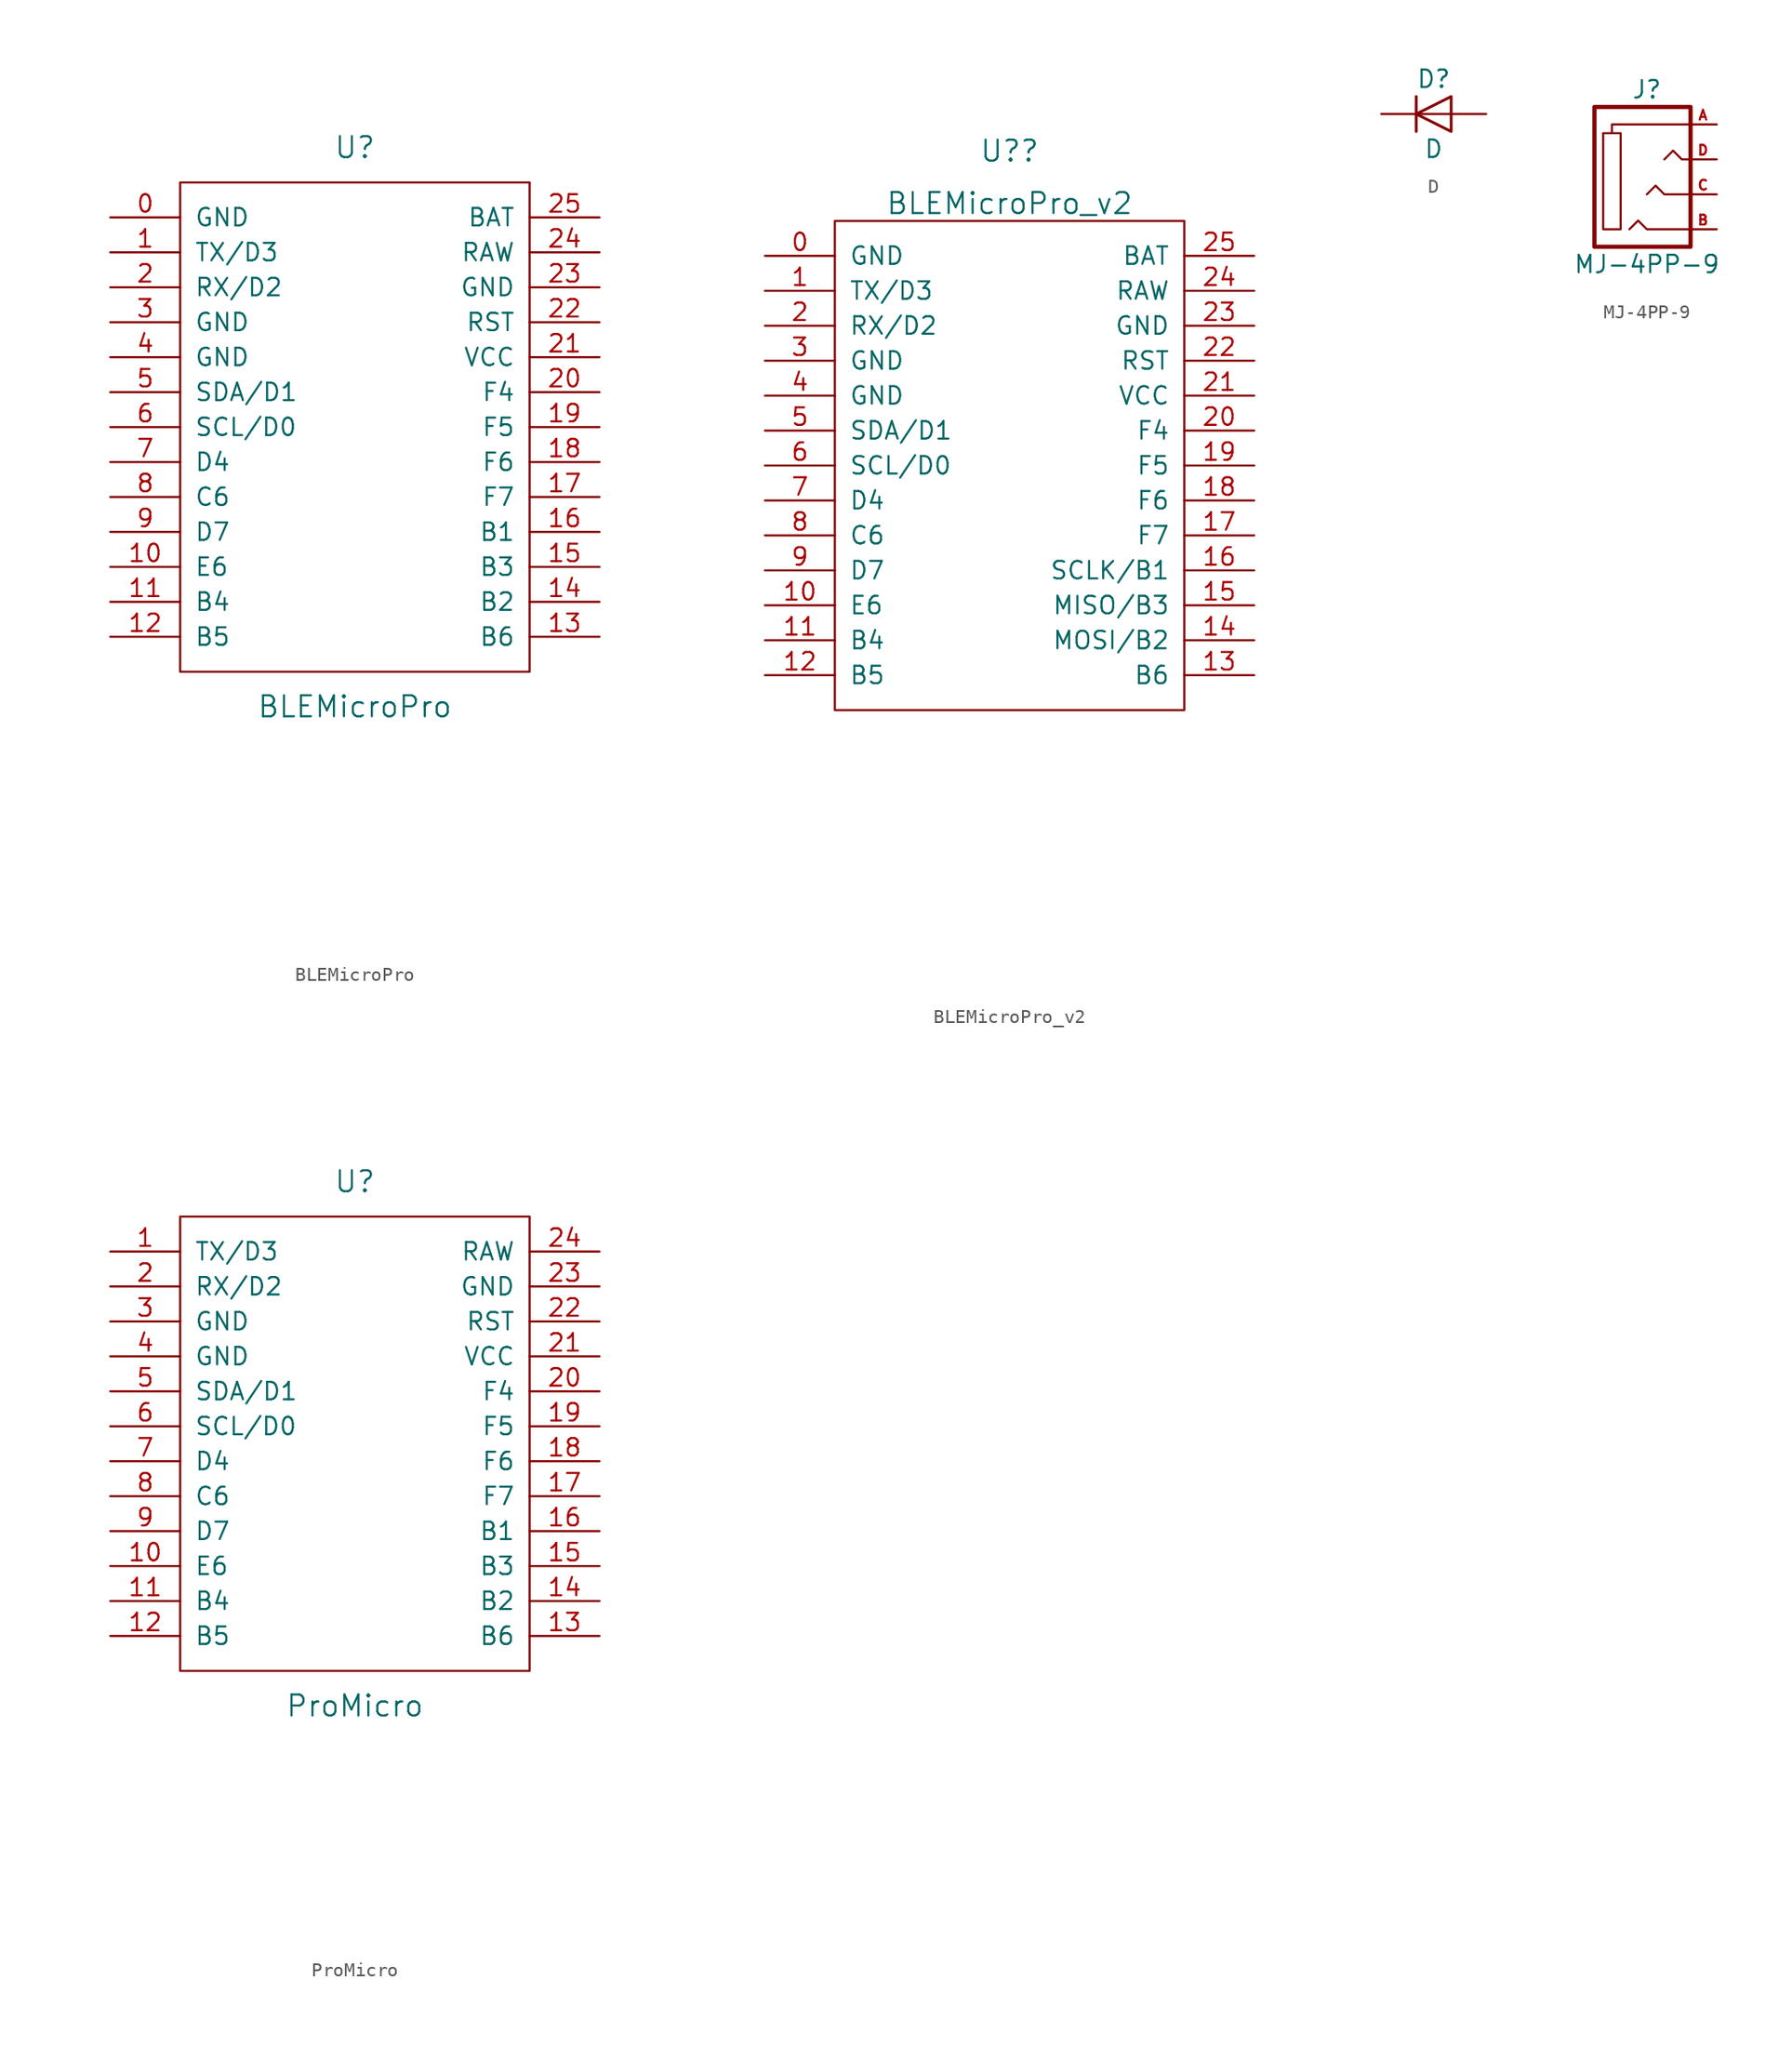
<source format=kicad_sym>
(kicad_symbol_lib
  (version 20201005)
  (generator kicad_symbol_editor)
  (symbol "#library:BLEMicroPro"
    (pin_names
      (offset 1.016))
    (property "Reference" "U"
      (at 0 26.67 0)
      (effects (font (size 1.524 1.524))))
    (property "Value" "BLEMicroPro"
      (at 0 -13.97 0)
      (effects (font (size 1.524 1.524))))
    (property "Footprint" ""
      (at 2.54 -26.67 0)
      (effects (font (size 1.524 1.524))))
    (property "Datasheet" ""
      (at 2.54 -26.67 0)
      (effects (font (size 1.524 1.524))))
    (symbol "BLEMicroPro_0_1"
      (rectangle (start -12.7 24.13) (end 12.7 -11.43) (stroke (width 0)) (fill (type none))))
    (symbol "BLEMicroPro_1_1"
      (pin input line (at -17.78 21.59 0) (length 5.08) (name "GND" (effects (font (size 1.27 1.27)))) (number "0" (effects (font (size 1.27 1.27)))))
      (pin bidirectional line (at -17.78 19.05 0) (length 5.08) (name "TX/D3" (effects (font (size 1.27 1.27)))) (number "1" (effects (font (size 1.27 1.27)))))
      (pin bidirectional line (at -17.78 -3.81 0) (length 5.08) (name "E6" (effects (font (size 1.27 1.27)))) (number "10" (effects (font (size 1.27 1.27)))))
      (pin bidirectional line (at -17.78 -6.35 0) (length 5.08) (name "B4" (effects (font (size 1.27 1.27)))) (number "11" (effects (font (size 1.27 1.27)))))
      (pin bidirectional line (at -17.78 -8.89 0) (length 5.08) (name "B5" (effects (font (size 1.27 1.27)))) (number "12" (effects (font (size 1.27 1.27)))))
      (pin bidirectional line (at 17.78 -8.89 180) (length 5.08) (name "B6" (effects (font (size 1.27 1.27)))) (number "13" (effects (font (size 1.27 1.27)))))
      (pin bidirectional line (at 17.78 -6.35 180) (length 5.08) (name "B2" (effects (font (size 1.27 1.27)))) (number "14" (effects (font (size 1.27 1.27)))))
      (pin bidirectional line (at 17.78 -3.81 180) (length 5.08) (name "B3" (effects (font (size 1.27 1.27)))) (number "15" (effects (font (size 1.27 1.27)))))
      (pin bidirectional line (at 17.78 -1.27 180) (length 5.08) (name "B1" (effects (font (size 1.27 1.27)))) (number "16" (effects (font (size 1.27 1.27)))))
      (pin bidirectional line (at 17.78 1.27 180) (length 5.08) (name "F7" (effects (font (size 1.27 1.27)))) (number "17" (effects (font (size 1.27 1.27)))))
      (pin bidirectional line (at 17.78 3.81 180) (length 5.08) (name "F6" (effects (font (size 1.27 1.27)))) (number "18" (effects (font (size 1.27 1.27)))))
      (pin bidirectional line (at 17.78 6.35 180) (length 5.08) (name "F5" (effects (font (size 1.27 1.27)))) (number "19" (effects (font (size 1.27 1.27)))))
      (pin bidirectional line (at -17.78 16.51 0) (length 5.08) (name "RX/D2" (effects (font (size 1.27 1.27)))) (number "2" (effects (font (size 1.27 1.27)))))
      (pin bidirectional line (at 17.78 8.89 180) (length 5.08) (name "F4" (effects (font (size 1.27 1.27)))) (number "20" (effects (font (size 1.27 1.27)))))
      (pin power_in line (at 17.78 11.43 180) (length 5.08) (name "VCC" (effects (font (size 1.27 1.27)))) (number "21" (effects (font (size 1.27 1.27)))))
      (pin input line (at 17.78 13.97 180) (length 5.08) (name "RST" (effects (font (size 1.27 1.27)))) (number "22" (effects (font (size 1.27 1.27)))))
      (pin power_in line (at 17.78 16.51 180) (length 5.08) (name "GND" (effects (font (size 1.27 1.27)))) (number "23" (effects (font (size 1.27 1.27)))))
      (pin power_out line (at 17.78 19.05 180) (length 5.08) (name "RAW" (effects (font (size 1.27 1.27)))) (number "24" (effects (font (size 1.27 1.27)))))
      (pin input line (at 17.78 21.59 180) (length 5.08) (name "BAT" (effects (font (size 1.27 1.27)))) (number "25" (effects (font (size 1.27 1.27)))))
      (pin power_in line (at -17.78 13.97 0) (length 5.08) (name "GND" (effects (font (size 1.27 1.27)))) (number "3" (effects (font (size 1.27 1.27)))))
      (pin power_in line (at -17.78 11.43 0) (length 5.08) (name "GND" (effects (font (size 1.27 1.27)))) (number "4" (effects (font (size 1.27 1.27)))))
      (pin bidirectional line (at -17.78 8.89 0) (length 5.08) (name "SDA/D1" (effects (font (size 1.27 1.27)))) (number "5" (effects (font (size 1.27 1.27)))))
      (pin bidirectional line (at -17.78 6.35 0) (length 5.08) (name "SCL/D0" (effects (font (size 1.27 1.27)))) (number "6" (effects (font (size 1.27 1.27)))))
      (pin bidirectional line (at -17.78 3.81 0) (length 5.08) (name "D4" (effects (font (size 1.27 1.27)))) (number "7" (effects (font (size 1.27 1.27)))))
      (pin bidirectional line (at -17.78 1.27 0) (length 5.08) (name "C6" (effects (font (size 1.27 1.27)))) (number "8" (effects (font (size 1.27 1.27)))))
      (pin bidirectional line (at -17.78 -1.27 0) (length 5.08) (name "D7" (effects (font (size 1.27 1.27)))) (number "9" (effects (font (size 1.27 1.27)))))))
  (symbol "#library:BLEMicroPro_v2"
    (pin_names
      (offset 1.016))
    (property "Reference" "U?"
      (at 0 29.21 0)
      (effects (font (size 1.524 1.524))))
    (property "Value" "BLEMicroPro_v2"
      (at 0 25.4 0)
      (effects (font (size 1.524 1.524))))
    (property "Datasheet" ""
      (at 2.54 -26.67 0)
      (effects (font (size 1.524 1.524))))
    (symbol "BLEMicroPro_v2_0_1"
      (rectangle (start -12.7 24.13) (end 12.7 -11.43) (stroke (width 0)) (fill (type none))))
    (symbol "BLEMicroPro_v2_1_1"
      (pin input line (at -17.78 21.59 0) (length 5.08) (name "GND" (effects (font (size 1.27 1.27)))) (number "0" (effects (font (size 1.27 1.27)))))
      (pin bidirectional line (at -17.78 19.05 0) (length 5.08) (name "TX/D3" (effects (font (size 1.27 1.27)))) (number "1" (effects (font (size 1.27 1.27)))))
      (pin bidirectional line (at -17.78 -3.81 0) (length 5.08) (name "E6" (effects (font (size 1.27 1.27)))) (number "10" (effects (font (size 1.27 1.27)))))
      (pin bidirectional line (at -17.78 -6.35 0) (length 5.08) (name "B4" (effects (font (size 1.27 1.27)))) (number "11" (effects (font (size 1.27 1.27)))))
      (pin bidirectional line (at -17.78 -8.89 0) (length 5.08) (name "B5" (effects (font (size 1.27 1.27)))) (number "12" (effects (font (size 1.27 1.27)))))
      (pin bidirectional line (at 17.78 -8.89 180) (length 5.08) (name "B6" (effects (font (size 1.27 1.27)))) (number "13" (effects (font (size 1.27 1.27)))))
      (pin bidirectional line (at 17.78 -6.35 180) (length 5.08) (name "MOSI/B2" (effects (font (size 1.27 1.27)))) (number "14" (effects (font (size 1.27 1.27)))))
      (pin bidirectional line (at 17.78 -3.81 180) (length 5.08) (name "MISO/B3" (effects (font (size 1.27 1.27)))) (number "15" (effects (font (size 1.27 1.27)))))
      (pin bidirectional line (at 17.78 -1.27 180) (length 5.08) (name "SCLK/B1" (effects (font (size 1.27 1.27)))) (number "16" (effects (font (size 1.27 1.27)))))
      (pin bidirectional line (at 17.78 1.27 180) (length 5.08) (name "F7" (effects (font (size 1.27 1.27)))) (number "17" (effects (font (size 1.27 1.27)))))
      (pin bidirectional line (at 17.78 3.81 180) (length 5.08) (name "F6" (effects (font (size 1.27 1.27)))) (number "18" (effects (font (size 1.27 1.27)))))
      (pin bidirectional line (at 17.78 6.35 180) (length 5.08) (name "F5" (effects (font (size 1.27 1.27)))) (number "19" (effects (font (size 1.27 1.27)))))
      (pin bidirectional line (at -17.78 16.51 0) (length 5.08) (name "RX/D2" (effects (font (size 1.27 1.27)))) (number "2" (effects (font (size 1.27 1.27)))))
      (pin bidirectional line (at 17.78 8.89 180) (length 5.08) (name "F4" (effects (font (size 1.27 1.27)))) (number "20" (effects (font (size 1.27 1.27)))))
      (pin power_in line (at 17.78 11.43 180) (length 5.08) (name "VCC" (effects (font (size 1.27 1.27)))) (number "21" (effects (font (size 1.27 1.27)))))
      (pin input line (at 17.78 13.97 180) (length 5.08) (name "RST" (effects (font (size 1.27 1.27)))) (number "22" (effects (font (size 1.27 1.27)))))
      (pin power_in line (at 17.78 16.51 180) (length 5.08) (name "GND" (effects (font (size 1.27 1.27)))) (number "23" (effects (font (size 1.27 1.27)))))
      (pin power_out line (at 17.78 19.05 180) (length 5.08) (name "RAW" (effects (font (size 1.27 1.27)))) (number "24" (effects (font (size 1.27 1.27)))))
      (pin input line (at 17.78 21.59 180) (length 5.08) (name "BAT" (effects (font (size 1.27 1.27)))) (number "25" (effects (font (size 1.27 1.27)))))
      (pin power_in line (at -17.78 13.97 0) (length 5.08) (name "GND" (effects (font (size 1.27 1.27)))) (number "3" (effects (font (size 1.27 1.27)))))
      (pin power_in line (at -17.78 11.43 0) (length 5.08) (name "GND" (effects (font (size 1.27 1.27)))) (number "4" (effects (font (size 1.27 1.27)))))
      (pin bidirectional line (at -17.78 8.89 0) (length 5.08) (name "SDA/D1" (effects (font (size 1.27 1.27)))) (number "5" (effects (font (size 1.27 1.27)))))
      (pin bidirectional line (at -17.78 6.35 0) (length 5.08) (name "SCL/D0" (effects (font (size 1.27 1.27)))) (number "6" (effects (font (size 1.27 1.27)))))
      (pin bidirectional line (at -17.78 3.81 0) (length 5.08) (name "D4" (effects (font (size 1.27 1.27)))) (number "7" (effects (font (size 1.27 1.27)))))
      (pin bidirectional line (at -17.78 1.27 0) (length 5.08) (name "C6" (effects (font (size 1.27 1.27)))) (number "8" (effects (font (size 1.27 1.27)))))
      (pin bidirectional line (at -17.78 -1.27 0) (length 5.08) (name "D7" (effects (font (size 1.27 1.27)))) (number "9" (effects (font (size 1.27 1.27)))))))
  (symbol "#library:D"
    (pin_numbers hide)
    (pin_names
      (offset 1.016) hide)
    (property "Reference" "D"
      (at 0 2.54 0)
      (effects (font (size 1.27 1.27))))
    (property "Value" "D"
      (at 0 -2.54 0)
      (effects (font (size 1.27 1.27))))
    (symbol "D_0_1"
      (polyline (pts (xy -1.27 1.27) (xy -1.27 -1.27)) (stroke (width 0.203)) (fill (type none)))
      (polyline (pts (xy 1.27 0) (xy -1.27 0)) (stroke (width 0)) (fill (type none)))
      (polyline (pts (xy 1.27 1.27) (xy 1.27 -1.27) (xy -1.27 0) (xy 1.27 1.27)) (stroke (width 0.203)) (fill (type none))))
    (symbol "D_1_1"
      (pin passive line (at -3.81 0 0) (length 2.54) (name "K" (effects (font (size 1.27 1.27)))) (number "1" (effects (font (size 1.27 1.27)))))
      (pin passive line (at 3.81 0 180) (length 2.54) (name "A" (effects (font (size 1.27 1.27)))) (number "2" (effects (font (size 1.27 1.27)))))))
  (symbol "#library:MJ-4PP-9"
    (pin_names
      (offset 1.016))
    (property "Reference" "J"
      (at 0 7.62 0)
      (effects (font (size 1.27 1.27))))
    (property "Value" "MJ-4PP-9"
      (at 0 -5.08 0)
      (effects (font (size 1.27 1.27))))
    (symbol "MJ-4PP-9_0_1"
      (rectangle (start -1.905 -2.54) (end -3.175 4.445) (stroke (width 0)) (fill (type none)))
      (rectangle (start 3.175 6.35) (end -3.81 -3.81) (stroke (width 0.305)) (fill (type none)))
      (polyline (pts (xy -2.54 4.445) (xy -2.54 5.08) (xy 3.175 5.08)) (stroke (width 0)) (fill (type none)))
      (polyline (pts (xy -1.27 -2.54) (xy -0.635 -1.905) (xy 0 -2.54) (xy 3.175 -2.54)) (stroke (width 0)) (fill (type none)))
      (polyline (pts (xy 0 0) (xy 0.635 0.635) (xy 1.27 0) (xy 3.175 0)) (stroke (width 0)) (fill (type none)))
      (polyline (pts (xy 1.27 2.54) (xy 1.905 3.175) (xy 2.54 2.54) (xy 3.175 2.54)) (stroke (width 0)) (fill (type none))))
    (symbol "MJ-4PP-9_1_1"
      (pin input line (at 5.08 5.08 180) (length 2.007) (name "~" (effects (font (size 0.508 0.508)))) (number "A" (effects (font (size 0.711 0.711)))))
      (pin input line (at 5.08 -2.54 180) (length 2.007) (name "~" (effects (font (size 0.508 0.508)))) (number "B" (effects (font (size 0.711 0.711)))))
      (pin input line (at 5.08 0 180) (length 2.007) (name "~" (effects (font (size 0.508 0.508)))) (number "C" (effects (font (size 0.711 0.711)))))
      (pin input line (at 5.08 2.54 180) (length 2.007) (name "~" (effects (font (size 0.508 0.508)))) (number "D" (effects (font (size 0.711 0.711)))))))
  (symbol "#library:ProMicro"
    (pin_names
      (offset 1.016))
    (property "Reference" "U"
      (at 0 24.13 0)
      (effects (font (size 1.524 1.524))))
    (property "Value" "ProMicro"
      (at 0 -13.97 0)
      (effects (font (size 1.524 1.524))))
    (property "Footprint" ""
      (at 2.54 -26.67 0)
      (effects (font (size 1.524 1.524))))
    (property "Datasheet" ""
      (at 2.54 -26.67 0)
      (effects (font (size 1.524 1.524))))
    (symbol "ProMicro_0_1"
      (rectangle (start -12.7 21.59) (end 12.7 -11.43) (stroke (width 0)) (fill (type none))))
    (symbol "ProMicro_1_1"
      (pin bidirectional line (at -17.78 19.05 0) (length 5.08) (name "TX/D3" (effects (font (size 1.27 1.27)))) (number "1" (effects (font (size 1.27 1.27)))))
      (pin bidirectional line (at -17.78 -3.81 0) (length 5.08) (name "E6" (effects (font (size 1.27 1.27)))) (number "10" (effects (font (size 1.27 1.27)))))
      (pin bidirectional line (at -17.78 -6.35 0) (length 5.08) (name "B4" (effects (font (size 1.27 1.27)))) (number "11" (effects (font (size 1.27 1.27)))))
      (pin bidirectional line (at -17.78 -8.89 0) (length 5.08) (name "B5" (effects (font (size 1.27 1.27)))) (number "12" (effects (font (size 1.27 1.27)))))
      (pin bidirectional line (at 17.78 -8.89 180) (length 5.08) (name "B6" (effects (font (size 1.27 1.27)))) (number "13" (effects (font (size 1.27 1.27)))))
      (pin bidirectional line (at 17.78 -6.35 180) (length 5.08) (name "B2" (effects (font (size 1.27 1.27)))) (number "14" (effects (font (size 1.27 1.27)))))
      (pin bidirectional line (at 17.78 -3.81 180) (length 5.08) (name "B3" (effects (font (size 1.27 1.27)))) (number "15" (effects (font (size 1.27 1.27)))))
      (pin bidirectional line (at 17.78 -1.27 180) (length 5.08) (name "B1" (effects (font (size 1.27 1.27)))) (number "16" (effects (font (size 1.27 1.27)))))
      (pin bidirectional line (at 17.78 1.27 180) (length 5.08) (name "F7" (effects (font (size 1.27 1.27)))) (number "17" (effects (font (size 1.27 1.27)))))
      (pin bidirectional line (at 17.78 3.81 180) (length 5.08) (name "F6" (effects (font (size 1.27 1.27)))) (number "18" (effects (font (size 1.27 1.27)))))
      (pin bidirectional line (at 17.78 6.35 180) (length 5.08) (name "F5" (effects (font (size 1.27 1.27)))) (number "19" (effects (font (size 1.27 1.27)))))
      (pin bidirectional line (at -17.78 16.51 0) (length 5.08) (name "RX/D2" (effects (font (size 1.27 1.27)))) (number "2" (effects (font (size 1.27 1.27)))))
      (pin bidirectional line (at 17.78 8.89 180) (length 5.08) (name "F4" (effects (font (size 1.27 1.27)))) (number "20" (effects (font (size 1.27 1.27)))))
      (pin power_in line (at 17.78 11.43 180) (length 5.08) (name "VCC" (effects (font (size 1.27 1.27)))) (number "21" (effects (font (size 1.27 1.27)))))
      (pin input line (at 17.78 13.97 180) (length 5.08) (name "RST" (effects (font (size 1.27 1.27)))) (number "22" (effects (font (size 1.27 1.27)))))
      (pin power_in line (at 17.78 16.51 180) (length 5.08) (name "GND" (effects (font (size 1.27 1.27)))) (number "23" (effects (font (size 1.27 1.27)))))
      (pin power_out line (at 17.78 19.05 180) (length 5.08) (name "RAW" (effects (font (size 1.27 1.27)))) (number "24" (effects (font (size 1.27 1.27)))))
      (pin power_in line (at -17.78 13.97 0) (length 5.08) (name "GND" (effects (font (size 1.27 1.27)))) (number "3" (effects (font (size 1.27 1.27)))))
      (pin power_in line (at -17.78 11.43 0) (length 5.08) (name "GND" (effects (font (size 1.27 1.27)))) (number "4" (effects (font (size 1.27 1.27)))))
      (pin bidirectional line (at -17.78 8.89 0) (length 5.08) (name "SDA/D1" (effects (font (size 1.27 1.27)))) (number "5" (effects (font (size 1.27 1.27)))))
      (pin bidirectional line (at -17.78 6.35 0) (length 5.08) (name "SCL/D0" (effects (font (size 1.27 1.27)))) (number "6" (effects (font (size 1.27 1.27)))))
      (pin bidirectional line (at -17.78 3.81 0) (length 5.08) (name "D4" (effects (font (size 1.27 1.27)))) (number "7" (effects (font (size 1.27 1.27)))))
      (pin bidirectional line (at -17.78 1.27 0) (length 5.08) (name "C6" (effects (font (size 1.27 1.27)))) (number "8" (effects (font (size 1.27 1.27)))))
      (pin bidirectional line (at -17.78 -1.27 0) (length 5.08) (name "D7" (effects (font (size 1.27 1.27)))) (number "9" (effects (font (size 1.27 1.27))))))))
</source>
